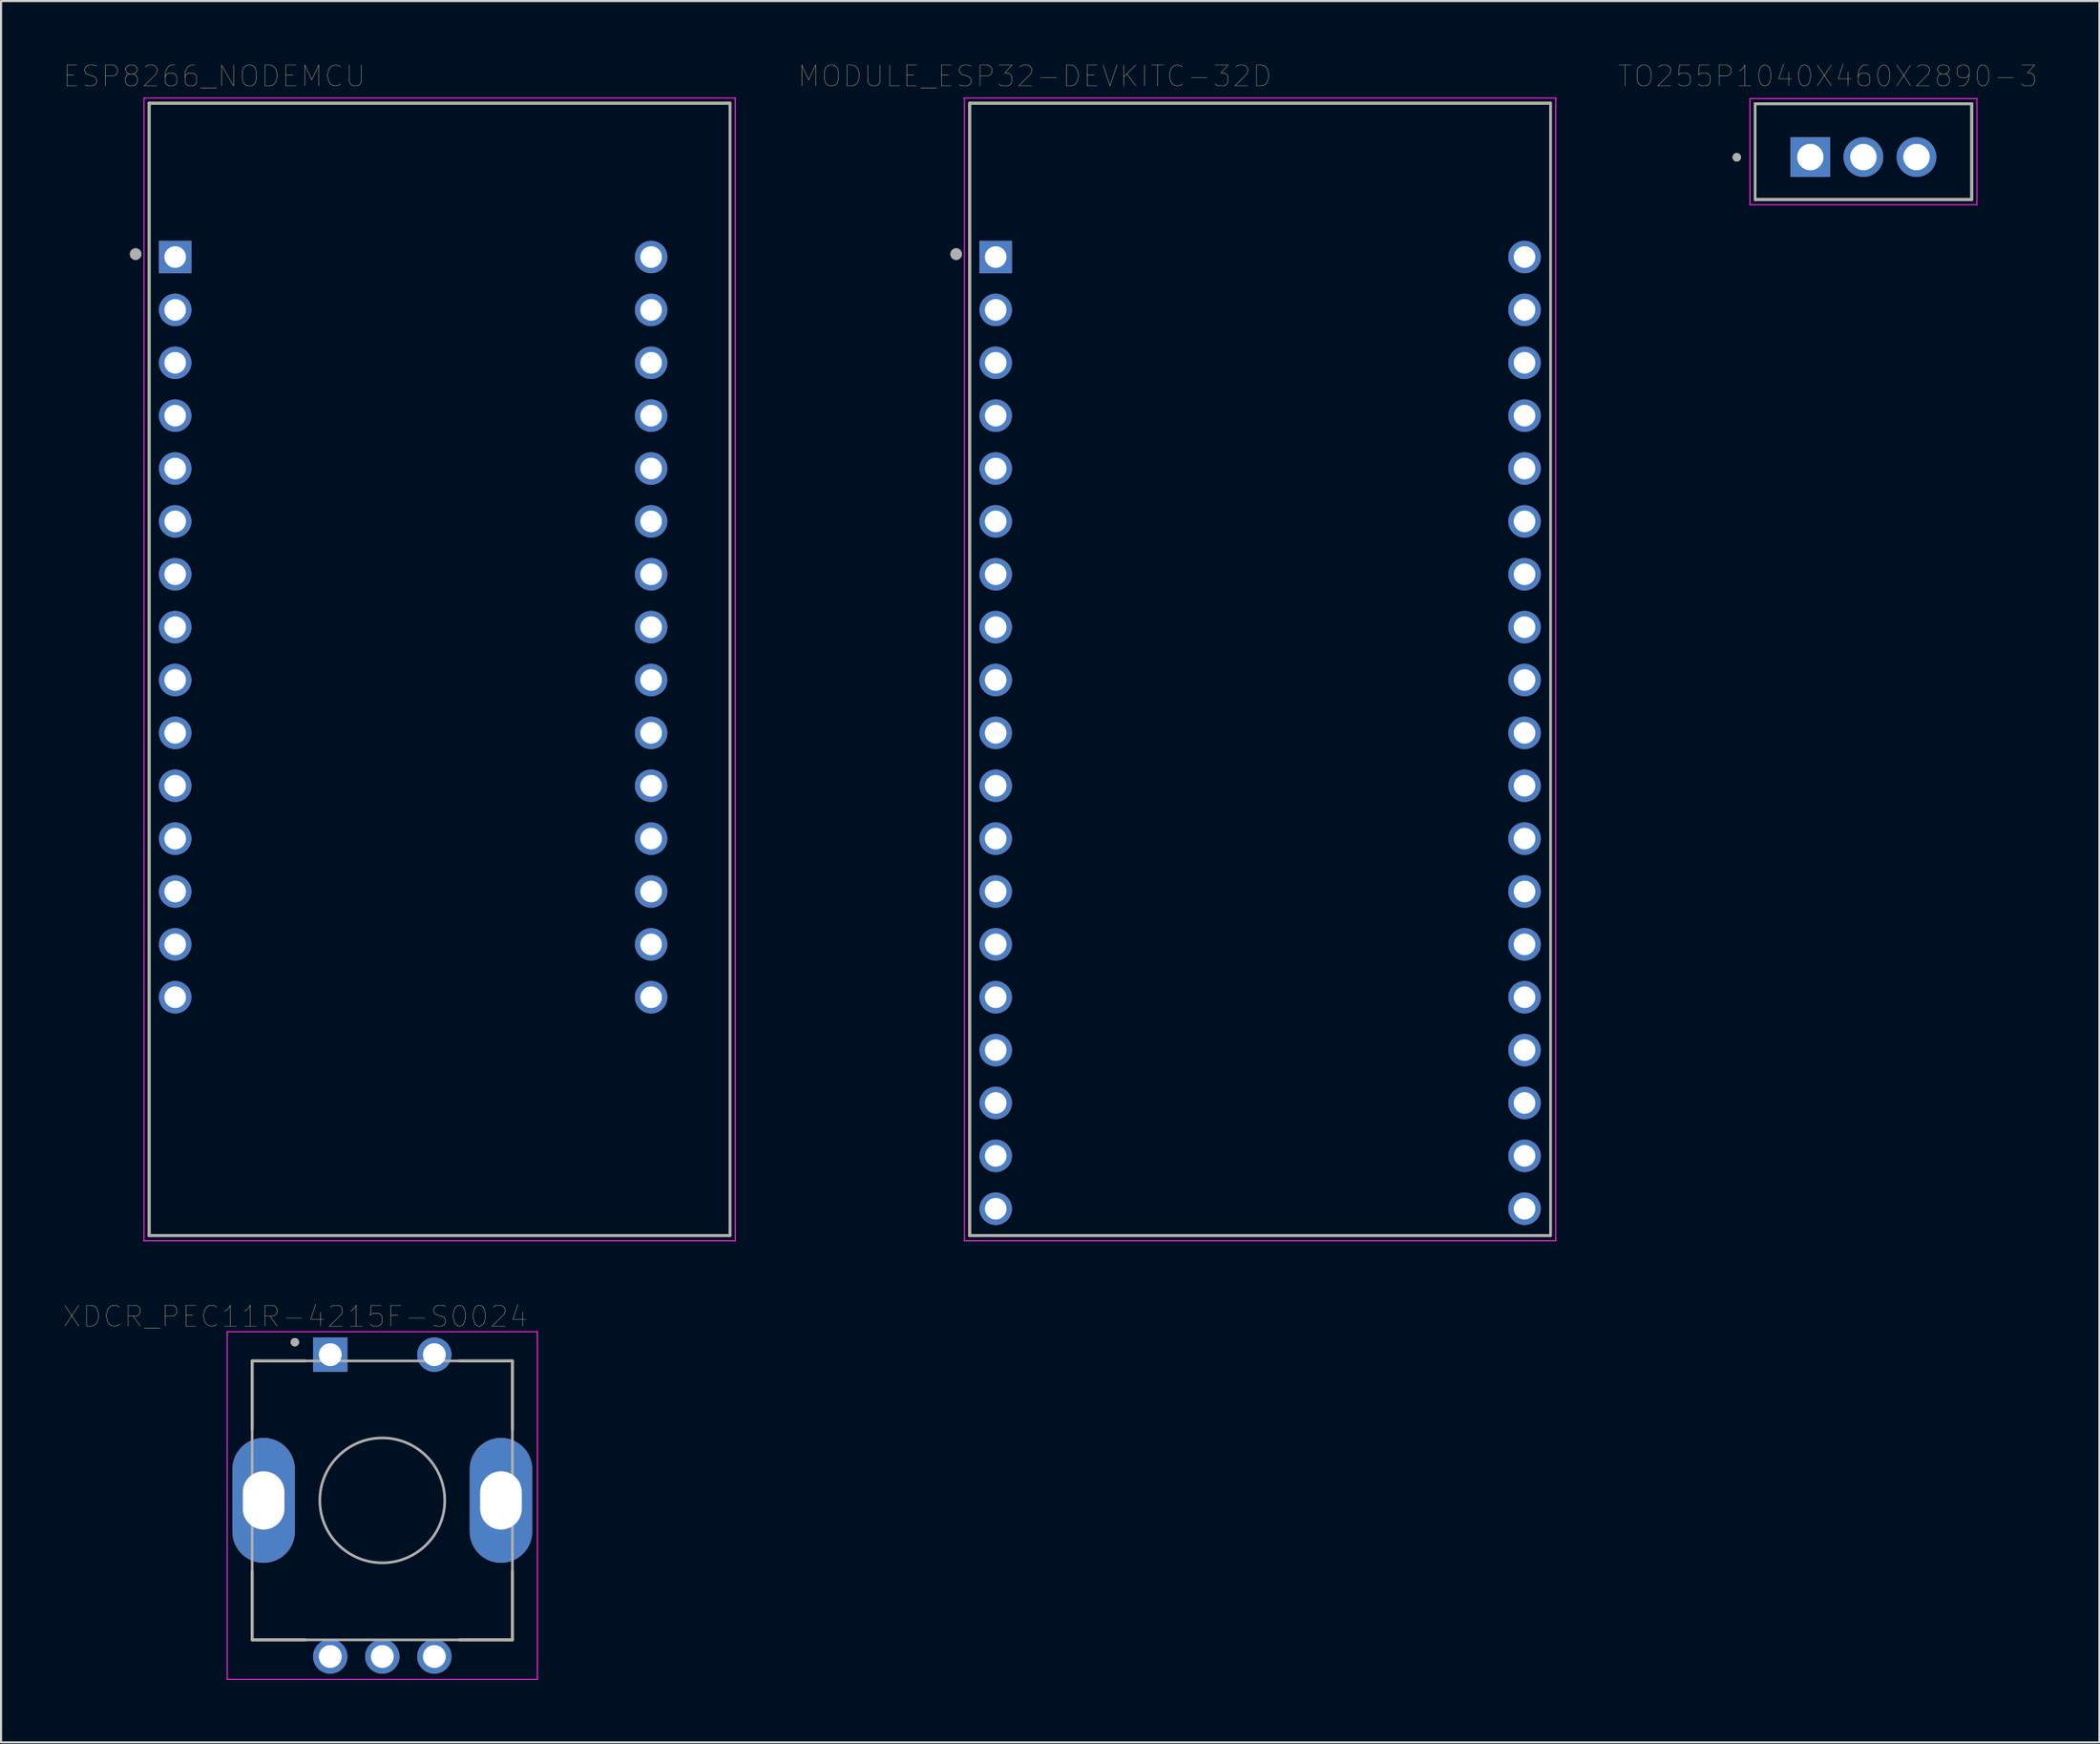
<source format=kicad_pcb>
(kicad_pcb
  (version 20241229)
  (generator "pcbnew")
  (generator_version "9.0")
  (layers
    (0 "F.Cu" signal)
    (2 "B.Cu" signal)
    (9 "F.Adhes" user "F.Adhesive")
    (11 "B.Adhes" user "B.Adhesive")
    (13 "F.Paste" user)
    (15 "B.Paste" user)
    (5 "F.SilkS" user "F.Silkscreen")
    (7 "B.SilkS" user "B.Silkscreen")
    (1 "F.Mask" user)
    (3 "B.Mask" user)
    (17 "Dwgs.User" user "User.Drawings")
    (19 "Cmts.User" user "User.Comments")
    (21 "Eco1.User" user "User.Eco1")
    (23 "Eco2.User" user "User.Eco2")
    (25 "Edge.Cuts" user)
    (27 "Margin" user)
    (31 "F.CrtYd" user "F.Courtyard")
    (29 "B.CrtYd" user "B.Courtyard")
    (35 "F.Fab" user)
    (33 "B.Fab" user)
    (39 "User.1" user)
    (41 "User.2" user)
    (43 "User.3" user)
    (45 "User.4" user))
  (footprint "TO255P1040X460X2890-3"
    (layer "F.Cu")
    (at 83.9 4.496)
    (property "Reference" "TO255P1040X460X2890-3" (at 0.84 -3.885 0) (layer "F.SilkS") (effects (font (size 1 1) (thickness 0.015))))
    (attr through_hole)
    (fp_line (start -2.65 -2.56) (end 7.75 -2.56) (stroke (width 0.127) (type solid)) (layer "F.SilkS"))
    (fp_line (start -2.65 2.04) (end -2.65 -2.56) (stroke (width 0.127) (type solid)) (layer "F.SilkS"))
    (fp_line (start 7.75 -2.56) (end 7.75 2.04) (stroke (width 0.127) (type solid)) (layer "F.SilkS"))
    (fp_line (start 7.75 2.04) (end -2.65 2.04) (stroke (width 0.127) (type solid)) (layer "F.SilkS"))
    (fp_circle (center -3.533 0.014) (end -3.433 0.014) (stroke (width 0.2) (type solid)) (fill no) (layer "F.SilkS"))
    (fp_line (start -2.9 -2.81) (end -2.9 2.29) (stroke (width 0.05) (type solid)) (layer "F.CrtYd"))
    (fp_line (start -2.9 2.29) (end 8 2.29) (stroke (width 0.05) (type solid)) (layer "F.CrtYd"))
    (fp_line (start 8 -2.81) (end -2.9 -2.81) (stroke (width 0.05) (type solid)) (layer "F.CrtYd"))
    (fp_line (start 8 2.29) (end 8 -2.81) (stroke (width 0.05) (type solid)) (layer "F.CrtYd"))
    (fp_line (start -2.65 -2.56) (end 7.75 -2.56) (stroke (width 0.127) (type solid)) (layer "F.Fab"))
    (fp_line (start -2.65 2.04) (end -2.65 -2.56) (stroke (width 0.127) (type solid)) (layer "F.Fab"))
    (fp_line (start 7.75 -2.56) (end 7.75 2.04) (stroke (width 0.127) (type solid)) (layer "F.Fab"))
    (fp_line (start 7.75 2.04) (end -2.65 2.04) (stroke (width 0.127) (type solid)) (layer "F.Fab"))
    (fp_circle (center -3.533 -0.001) (end -3.433 -0.001) (stroke (width 0.2) (type solid)) (fill no) (layer "F.Fab"))
    (pad "1" thru_hole rect (at 0 0) (size 1.91 1.91) (drill 1.27) (layers "*.Cu" "*.Mask"))
    (pad "2" thru_hole circle (at 2.55 0) (size 1.91 1.91) (drill 1.27) (layers "*.Cu" "*.Mask"))
    (pad "3" thru_hole circle (at 5.1 0) (size 1.91 1.91) (drill 1.27) (layers "*.Cu" "*.Mask")))
  (footprint "MODULE_ESP32-DEVKITC-32D"
    (layer "F.Cu")
    (at 57.474 29.058)
    (property "Reference" "MODULE_ESP32-DEVKITC-32D" (at -10.829 -28.446 0) (layer "F.SilkS") (effects (font (size 1 1) (thickness 0.015))))
    (attr through_hole)
    (fp_line (start -13.95 -27.15) (end 13.95 -27.15) (stroke (width 0.127) (type solid)) (layer "F.SilkS"))
    (fp_line (start -13.95 27.25) (end -13.95 -27.15) (stroke (width 0.127) (type solid)) (layer "F.SilkS"))
    (fp_line (start 13.95 -27.15) (end 13.95 27.25) (stroke (width 0.127) (type solid)) (layer "F.SilkS"))
    (fp_line (start 13.95 27.25) (end -13.95 27.25) (stroke (width 0.127) (type solid)) (layer "F.SilkS"))
    (fp_line (start -14.2 -27.4) (end 14.2 -27.4) (stroke (width 0.05) (type solid)) (layer "F.CrtYd"))
    (fp_line (start -14.2 27.5) (end -14.2 -27.4) (stroke (width 0.05) (type solid)) (layer "F.CrtYd"))
    (fp_line (start 14.2 -27.4) (end 14.2 27.5) (stroke (width 0.05) (type solid)) (layer "F.CrtYd"))
    (fp_line (start 14.2 27.5) (end -14.2 27.5) (stroke (width 0.05) (type solid)) (layer "F.CrtYd"))
    (fp_line (start -13.95 -27.15) (end 13.95 -27.15) (stroke (width 0.127) (type solid)) (layer "F.Fab"))
    (fp_line (start -13.95 27.25) (end -13.95 -27.15) (stroke (width 0.127) (type solid)) (layer "F.Fab"))
    (fp_line (start 13.95 -27.15) (end 13.95 27.25) (stroke (width 0.127) (type solid)) (layer "F.Fab"))
    (fp_line (start 13.95 27.25) (end -13.95 27.25) (stroke (width 0.127) (type solid)) (layer "F.Fab"))
    (fp_circle (center -14.6 -19.9) (end -14.46 -19.9) (stroke (width 0.28) (type solid)) (fill no) (layer "F.Fab"))
    (fp_circle (center -14.6 -19.9) (end -14.46 -19.9) (stroke (width 0.28) (type solid)) (fill no) (layer "F.Fab"))
    (pad "1" thru_hole rect (at -12.7 -19.76) (size 1.56 1.56) (drill 1.04) (layers "*.Cu" "*.Mask"))
    (pad "2" thru_hole circle (at -12.7 -17.22) (size 1.56 1.56) (drill 1.04) (layers "*.Cu" "*.Mask"))
    (pad "3" thru_hole circle (at -12.7 -14.68) (size 1.56 1.56) (drill 1.04) (layers "*.Cu" "*.Mask"))
    (pad "4" thru_hole circle (at -12.7 -12.14) (size 1.56 1.56) (drill 1.04) (layers "*.Cu" "*.Mask"))
    (pad "5" thru_hole circle (at -12.7 -9.6) (size 1.56 1.56) (drill 1.04) (layers "*.Cu" "*.Mask"))
    (pad "6" thru_hole circle (at -12.7 -7.06) (size 1.56 1.56) (drill 1.04) (layers "*.Cu" "*.Mask"))
    (pad "7" thru_hole circle (at -12.7 -4.52) (size 1.56 1.56) (drill 1.04) (layers "*.Cu" "*.Mask"))
    (pad "8" thru_hole circle (at -12.7 -1.98) (size 1.56 1.56) (drill 1.04) (layers "*.Cu" "*.Mask"))
    (pad "9" thru_hole circle (at -12.7 0.56) (size 1.56 1.56) (drill 1.04) (layers "*.Cu" "*.Mask"))
    (pad "10" thru_hole circle (at -12.7 3.1) (size 1.56 1.56) (drill 1.04) (layers "*.Cu" "*.Mask"))
    (pad "11" thru_hole circle (at -12.7 5.64) (size 1.56 1.56) (drill 1.04) (layers "*.Cu" "*.Mask"))
    (pad "12" thru_hole circle (at -12.7 8.18) (size 1.56 1.56) (drill 1.04) (layers "*.Cu" "*.Mask"))
    (pad "13" thru_hole circle (at -12.7 10.72) (size 1.56 1.56) (drill 1.04) (layers "*.Cu" "*.Mask"))
    (pad "14" thru_hole circle (at -12.7 13.26) (size 1.56 1.56) (drill 1.04) (layers "*.Cu" "*.Mask"))
    (pad "15" thru_hole circle (at -12.7 15.8) (size 1.56 1.56) (drill 1.04) (layers "*.Cu" "*.Mask"))
    (pad "16" thru_hole circle (at -12.7 18.34) (size 1.56 1.56) (drill 1.04) (layers "*.Cu" "*.Mask"))
    (pad "17" thru_hole circle (at -12.7 20.88) (size 1.56 1.56) (drill 1.04) (layers "*.Cu" "*.Mask"))
    (pad "18" thru_hole circle (at -12.7 23.42) (size 1.56 1.56) (drill 1.04) (layers "*.Cu" "*.Mask"))
    (pad "19" thru_hole circle (at -12.7 25.96) (size 1.56 1.56) (drill 1.04) (layers "*.Cu" "*.Mask"))
    (pad "20" thru_hole circle (at 12.7 -19.76) (size 1.56 1.56) (drill 1.04) (layers "*.Cu" "*.Mask"))
    (pad "21" thru_hole circle (at 12.7 -17.22) (size 1.56 1.56) (drill 1.04) (layers "*.Cu" "*.Mask"))
    (pad "22" thru_hole circle (at 12.7 -14.68) (size 1.56 1.56) (drill 1.04) (layers "*.Cu" "*.Mask"))
    (pad "23" thru_hole circle (at 12.7 -12.14) (size 1.56 1.56) (drill 1.04) (layers "*.Cu" "*.Mask"))
    (pad "24" thru_hole circle (at 12.7 -9.6) (size 1.56 1.56) (drill 1.04) (layers "*.Cu" "*.Mask"))
    (pad "25" thru_hole circle (at 12.7 -7.06) (size 1.56 1.56) (drill 1.04) (layers "*.Cu" "*.Mask"))
    (pad "26" thru_hole circle (at 12.7 -4.52) (size 1.56 1.56) (drill 1.04) (layers "*.Cu" "*.Mask"))
    (pad "27" thru_hole circle (at 12.7 -1.98) (size 1.56 1.56) (drill 1.04) (layers "*.Cu" "*.Mask"))
    (pad "28" thru_hole circle (at 12.7 0.56) (size 1.56 1.56) (drill 1.04) (layers "*.Cu" "*.Mask"))
    (pad "29" thru_hole circle (at 12.7 3.1) (size 1.56 1.56) (drill 1.04) (layers "*.Cu" "*.Mask"))
    (pad "30" thru_hole circle (at 12.7 5.64) (size 1.56 1.56) (drill 1.04) (layers "*.Cu" "*.Mask"))
    (pad "31" thru_hole circle (at 12.7 8.18) (size 1.56 1.56) (drill 1.04) (layers "*.Cu" "*.Mask"))
    (pad "32" thru_hole circle (at 12.7 10.72) (size 1.56 1.56) (drill 1.04) (layers "*.Cu" "*.Mask"))
    (pad "33" thru_hole circle (at 12.7 13.26) (size 1.56 1.56) (drill 1.04) (layers "*.Cu" "*.Mask"))
    (pad "34" thru_hole circle (at 12.7 15.8) (size 1.56 1.56) (drill 1.04) (layers "*.Cu" "*.Mask"))
    (pad "35" thru_hole circle (at 12.7 18.34) (size 1.56 1.56) (drill 1.04) (layers "*.Cu" "*.Mask"))
    (pad "36" thru_hole circle (at 12.7 20.88) (size 1.56 1.56) (drill 1.04) (layers "*.Cu" "*.Mask"))
    (pad "37" thru_hole circle (at 12.7 23.42) (size 1.56 1.56) (drill 1.04) (layers "*.Cu" "*.Mask"))
    (pad "38" thru_hole circle (at 12.7 25.96) (size 1.56 1.56) (drill 1.04) (layers "*.Cu" "*.Mask")))
  (footprint "ESP8266_NODEMCU"
    (layer "F.Cu")
    (at 18.064 29.058)
    (property "Reference" "ESP8266_NODEMCU" (at -10.829 -28.446 0) (layer "F.SilkS") (effects (font (size 1 1) (thickness 0.015))))
    (attr through_hole)
    (fp_line (start -13.95 -27.15) (end 13.95 -27.15) (stroke (width 0.127) (type solid)) (layer "F.SilkS"))
    (fp_line (start -13.95 27.25) (end -13.95 -27.15) (stroke (width 0.127) (type solid)) (layer "F.SilkS"))
    (fp_line (start 13.95 -27.15) (end 13.95 27.25) (stroke (width 0.127) (type solid)) (layer "F.SilkS"))
    (fp_line (start 13.95 27.25) (end -13.95 27.25) (stroke (width 0.127) (type solid)) (layer "F.SilkS"))
    (fp_line (start -14.2 -27.4) (end 14.2 -27.4) (stroke (width 0.05) (type solid)) (layer "F.CrtYd"))
    (fp_line (start -14.2 27.5) (end -14.2 -27.4) (stroke (width 0.05) (type solid)) (layer "F.CrtYd"))
    (fp_line (start 14.2 -27.4) (end 14.2 27.5) (stroke (width 0.05) (type solid)) (layer "F.CrtYd"))
    (fp_line (start 14.2 27.5) (end -14.2 27.5) (stroke (width 0.05) (type solid)) (layer "F.CrtYd"))
    (fp_line (start -13.95 -27.15) (end 13.95 -27.15) (stroke (width 0.127) (type solid)) (layer "F.Fab"))
    (fp_line (start -13.95 27.25) (end -13.95 -27.15) (stroke (width 0.127) (type solid)) (layer "F.Fab"))
    (fp_line (start 13.95 -27.15) (end 13.95 27.25) (stroke (width 0.127) (type solid)) (layer "F.Fab"))
    (fp_line (start 13.95 27.25) (end -13.95 27.25) (stroke (width 0.127) (type solid)) (layer "F.Fab"))
    (fp_circle (center -14.6 -19.9) (end -14.46 -19.9) (stroke (width 0.28) (type solid)) (fill no) (layer "F.Fab"))
    (fp_circle (center -14.6 -19.9) (end -14.46 -19.9) (stroke (width 0.28) (type solid)) (fill no) (layer "F.Fab"))
    (pad "1" thru_hole rect (at -12.7 -19.76) (size 1.56 1.56) (drill 1.04) (layers "*.Cu" "*.Mask"))
    (pad "2" thru_hole circle (at -12.7 -17.22) (size 1.56 1.56) (drill 1.04) (layers "*.Cu" "*.Mask"))
    (pad "3" thru_hole circle (at -12.7 -14.68) (size 1.56 1.56) (drill 1.04) (layers "*.Cu" "*.Mask"))
    (pad "4" thru_hole circle (at -12.7 -12.14) (size 1.56 1.56) (drill 1.04) (layers "*.Cu" "*.Mask"))
    (pad "5" thru_hole circle (at -12.7 -9.6) (size 1.56 1.56) (drill 1.04) (layers "*.Cu" "*.Mask"))
    (pad "6" thru_hole circle (at -12.7 -7.06) (size 1.56 1.56) (drill 1.04) (layers "*.Cu" "*.Mask"))
    (pad "7" thru_hole circle (at -12.7 -4.52) (size 1.56 1.56) (drill 1.04) (layers "*.Cu" "*.Mask"))
    (pad "8" thru_hole circle (at -12.7 -1.98) (size 1.56 1.56) (drill 1.04) (layers "*.Cu" "*.Mask"))
    (pad "9" thru_hole circle (at -12.7 0.56) (size 1.56 1.56) (drill 1.04) (layers "*.Cu" "*.Mask"))
    (pad "10" thru_hole circle (at -12.7 3.1) (size 1.56 1.56) (drill 1.04) (layers "*.Cu" "*.Mask"))
    (pad "11" thru_hole circle (at -12.7 5.64) (size 1.56 1.56) (drill 1.04) (layers "*.Cu" "*.Mask"))
    (pad "12" thru_hole circle (at -12.7 8.18) (size 1.56 1.56) (drill 1.04) (layers "*.Cu" "*.Mask"))
    (pad "13" thru_hole circle (at -12.7 10.72) (size 1.56 1.56) (drill 1.04) (layers "*.Cu" "*.Mask"))
    (pad "14" thru_hole circle (at -12.7 13.26) (size 1.56 1.56) (drill 1.04) (layers "*.Cu" "*.Mask"))
    (pad "15" thru_hole circle (at -12.7 15.8) (size 1.56 1.56) (drill 1.04) (layers "*.Cu" "*.Mask"))
    (pad "16" thru_hole circle (at 10.16 -19.76) (size 1.56 1.56) (drill 1.04) (layers "*.Cu" "*.Mask"))
    (pad "17" thru_hole circle (at 10.16 -17.22) (size 1.56 1.56) (drill 1.04) (layers "*.Cu" "*.Mask"))
    (pad "18" thru_hole circle (at 10.16 -14.68) (size 1.56 1.56) (drill 1.04) (layers "*.Cu" "*.Mask"))
    (pad "19" thru_hole circle (at 10.16 -12.14) (size 1.56 1.56) (drill 1.04) (layers "*.Cu" "*.Mask"))
    (pad "20" thru_hole circle (at 10.16 -9.6) (size 1.56 1.56) (drill 1.04) (layers "*.Cu" "*.Mask"))
    (pad "21" thru_hole circle (at 10.16 -7.06) (size 1.56 1.56) (drill 1.04) (layers "*.Cu" "*.Mask"))
    (pad "22" thru_hole circle (at 10.16 -4.52) (size 1.56 1.56) (drill 1.04) (layers "*.Cu" "*.Mask"))
    (pad "23" thru_hole circle (at 10.16 -1.98) (size 1.56 1.56) (drill 1.04) (layers "*.Cu" "*.Mask"))
    (pad "24" thru_hole circle (at 10.16 0.56) (size 1.56 1.56) (drill 1.04) (layers "*.Cu" "*.Mask"))
    (pad "25" thru_hole circle (at 10.16 3.1) (size 1.56 1.56) (drill 1.04) (layers "*.Cu" "*.Mask"))
    (pad "26" thru_hole circle (at 10.16 5.64) (size 1.56 1.56) (drill 1.04) (layers "*.Cu" "*.Mask"))
    (pad "27" thru_hole circle (at 10.16 8.18) (size 1.56 1.56) (drill 1.04) (layers "*.Cu" "*.Mask"))
    (pad "28" thru_hole circle (at 10.16 10.72) (size 1.56 1.56) (drill 1.04) (layers "*.Cu" "*.Mask"))
    (pad "29" thru_hole circle (at 10.16 13.26) (size 1.56 1.56) (drill 1.04) (layers "*.Cu" "*.Mask"))
    (pad "30" thru_hole circle (at 10.16 15.8) (size 1.56 1.56) (drill 1.04) (layers "*.Cu" "*.Mask")))
  (footprint "XDCR_PEC11R-4215F-S0024"
    (layer "F.Cu")
    (at 15.312 69.029)
    (property "Reference" "XDCR_PEC11R-4215F-S0024" (at -4.175 -8.835 0) (layer "F.SilkS") (effects (font (size 1 1) (thickness 0.015))))
    (attr through_hole)
    (fp_line (start -6.25 -6.7) (end -3.7 -6.7) (stroke (width 0.127) (type solid)) (layer "F.SilkS"))
    (fp_line (start -6.25 -3.4) (end -6.25 -6.7) (stroke (width 0.127) (type solid)) (layer "F.SilkS"))
    (fp_line (start -6.25 3.4) (end -6.25 6.7) (stroke (width 0.127) (type solid)) (layer "F.SilkS"))
    (fp_line (start -6.25 6.7) (end -3.7 6.7) (stroke (width 0.127) (type solid)) (layer "F.SilkS"))
    (fp_line (start 3.7 -6.7) (end 6.25 -6.7) (stroke (width 0.127) (type solid)) (layer "F.SilkS"))
    (fp_line (start 3.7 6.7) (end 6.25 6.7) (stroke (width 0.127) (type solid)) (layer "F.SilkS"))
    (fp_line (start 6.25 -6.7) (end 6.25 -3.4) (stroke (width 0.127) (type solid)) (layer "F.SilkS"))
    (fp_line (start 6.25 6.7) (end 6.25 3.4) (stroke (width 0.127) (type solid)) (layer "F.SilkS"))
    (fp_circle (center -4.2 -7.6) (end -4.1 -7.6) (stroke (width 0.2) (type solid)) (fill no) (layer "F.SilkS"))
    (fp_line (start -7.45 -8.1) (end -7.45 8.6) (stroke (width 0.05) (type solid)) (layer "F.CrtYd"))
    (fp_line (start -7.45 8.6) (end 7.45 8.6) (stroke (width 0.05) (type solid)) (layer "F.CrtYd"))
    (fp_line (start 7.45 -8.1) (end -7.45 -8.1) (stroke (width 0.05) (type solid)) (layer "F.CrtYd"))
    (fp_line (start 7.45 8.6) (end 7.45 -8.1) (stroke (width 0.05) (type solid)) (layer "F.CrtYd"))
    (fp_line (start -6.25 -6.7) (end 6.25 -6.7) (stroke (width 0.127) (type solid)) (layer "F.Fab"))
    (fp_line (start -6.25 6.7) (end -6.25 -6.7) (stroke (width 0.127) (type solid)) (layer "F.Fab"))
    (fp_line (start 6.25 -6.7) (end 6.25 6.7) (stroke (width 0.127) (type solid)) (layer "F.Fab"))
    (fp_line (start 6.25 6.7) (end -6.25 6.7) (stroke (width 0.127) (type solid)) (layer "F.Fab"))
    (fp_circle (center -4.2 -7.6) (end -4.1 -7.6) (stroke (width 0.2) (type solid)) (fill no) (layer "F.Fab"))
    (fp_circle (center 0 0) (end 3 0) (stroke (width 0.127) (type solid)) (fill no) (layer "F.Fab"))
    (pad "1" thru_hole rect (at -2.5 -7) (size 1.65 1.65) (drill 1.1) (layers "*.Cu" "*.Mask"))
    (pad "2" thru_hole circle (at 2.5 -7) (size 1.65 1.65) (drill 1.1) (layers "*.Cu" "*.Mask"))
    (pad "A" thru_hole circle (at -2.5 7.5) (size 1.65 1.65) (drill 1.1) (layers "*.Cu" "*.Mask"))
    (pad "B" thru_hole circle (at 2.5 7.5) (size 1.65 1.65) (drill 1.1) (layers "*.Cu" "*.Mask"))
    (pad "COM" thru_hole circle (at 0 7.5) (size 1.65 1.65) (drill 1.1) (layers "*.Cu" "*.Mask"))
    (pad "S1" thru_hole oval (at -5.7 0) (size 3 6) (drill oval 2 2.8) (layers "*.Cu" "*.Mask"))
    (pad "S2" thru_hole oval (at 5.7 0) (size 3 6) (drill oval 2 2.8) (layers "*.Cu" "*.Mask")))
  (gr_rect
    (start -3 -3)
    (end 97.782 80.654)
    (stroke (width 0.1) (type default))
    (fill no)
    (layer "Edge.Cuts")))
</source>
